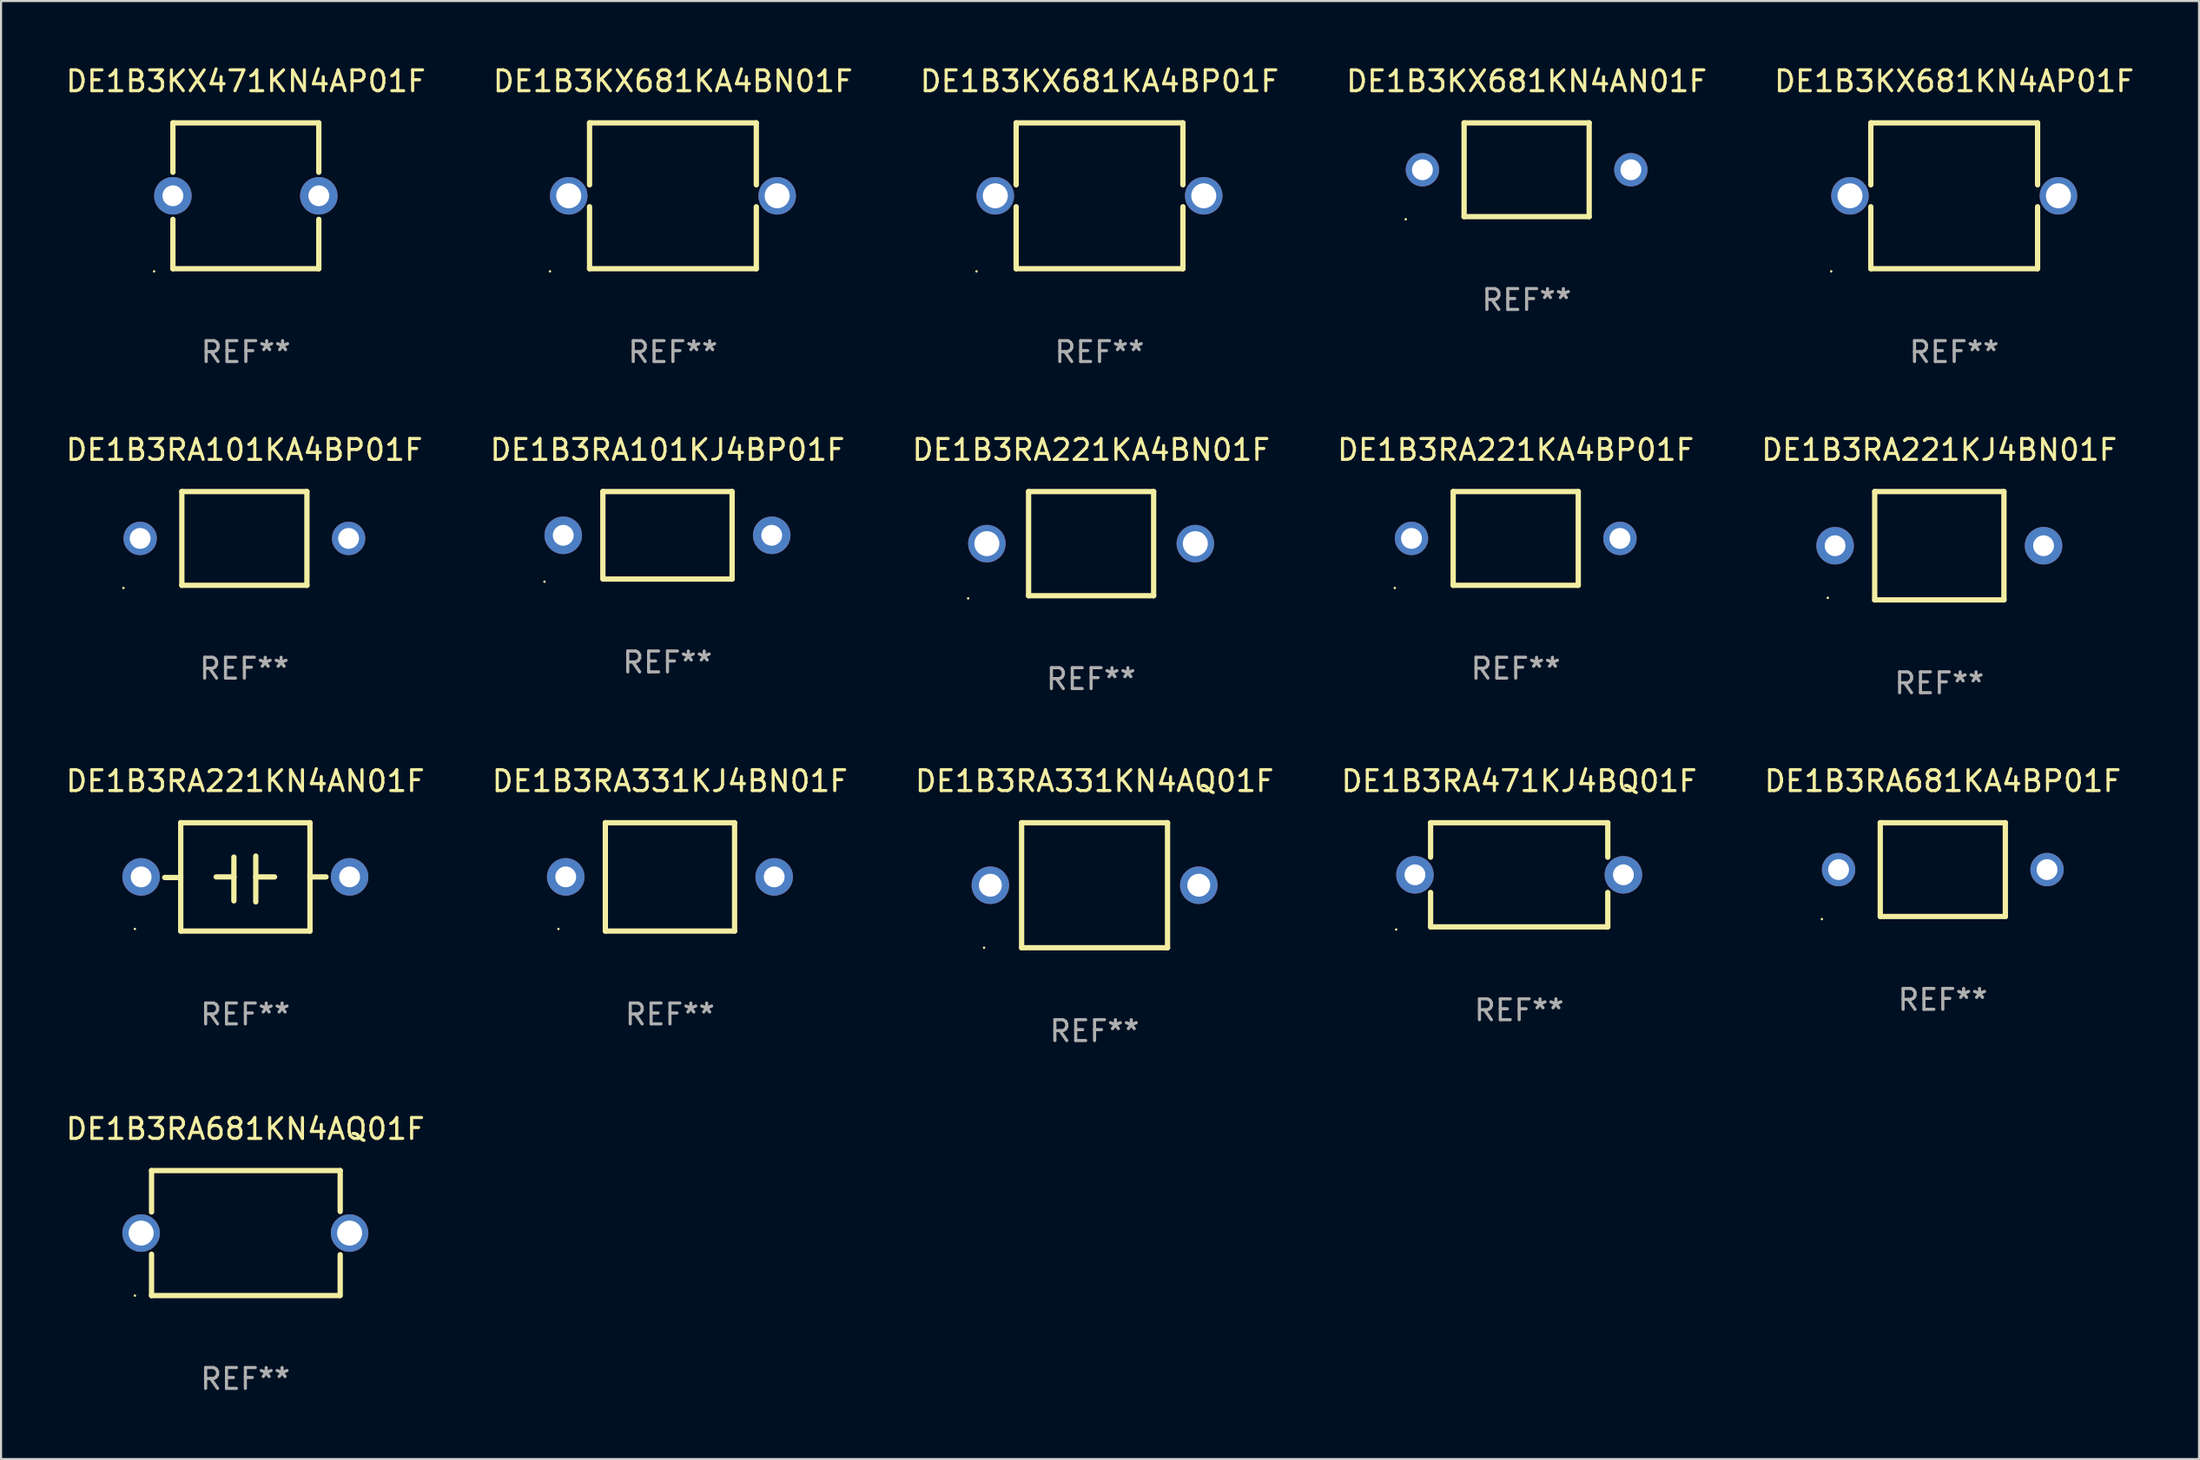
<source format=kicad_pcb>
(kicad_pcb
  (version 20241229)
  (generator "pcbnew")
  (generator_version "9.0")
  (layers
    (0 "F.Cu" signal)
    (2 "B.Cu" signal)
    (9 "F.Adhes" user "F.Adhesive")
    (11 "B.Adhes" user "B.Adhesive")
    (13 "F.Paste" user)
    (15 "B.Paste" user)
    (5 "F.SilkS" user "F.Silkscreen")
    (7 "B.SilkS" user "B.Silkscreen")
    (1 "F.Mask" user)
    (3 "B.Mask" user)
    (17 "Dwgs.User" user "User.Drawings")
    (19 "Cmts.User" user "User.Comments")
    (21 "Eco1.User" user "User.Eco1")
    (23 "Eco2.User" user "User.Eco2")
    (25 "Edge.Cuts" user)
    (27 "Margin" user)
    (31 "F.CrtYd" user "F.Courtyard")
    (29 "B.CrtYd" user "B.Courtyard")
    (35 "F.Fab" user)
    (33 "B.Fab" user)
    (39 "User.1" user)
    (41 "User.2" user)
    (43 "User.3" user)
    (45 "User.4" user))
  (footprint "DE1B3KX681KN4AP01F"
    (layer "F.Cu")
    (at 90.696 6.348)
    (property "Reference" "DE1B3KX681KN4AP01F" (at 0 -5.5 0) (layer "F.SilkS") (effects (font (size 1 1) (thickness 0.15))))
    (attr through_hole)
    (fp_line (start -4 -3.5) (end -4 -0.526) (stroke (width 0.254) (type solid)) (layer "F.SilkS"))
    (fp_line (start -4 -3.5) (end 4 -3.5) (stroke (width 0.254) (type solid)) (layer "F.SilkS"))
    (fp_line (start -4 0.526) (end -4 3.5) (stroke (width 0.254) (type solid)) (layer "F.SilkS"))
    (fp_line (start 4 -3.5) (end 4 -0.526) (stroke (width 0.254) (type solid)) (layer "F.SilkS"))
    (fp_line (start 4 0.526) (end 4 3.5) (stroke (width 0.254) (type solid)) (layer "F.SilkS"))
    (fp_line (start 4 3.5) (end -4 3.5) (stroke (width 0.254) (type solid)) (layer "F.SilkS"))
    (fp_circle (center -5.9 3.627) (end -5.87 3.627) (stroke (width 0.06) (type solid)) (fill no) (layer "F.SilkS"))
    (fp_text user "REF**" (at 0 7.5 0) (layer "F.Fab") (effects (font (size 1 1) (thickness 0.15))))
    (pad "1" thru_hole circle (at -5 0) (size 1.8 1.8) (drill 1.2) (layers "*.Cu" "*.Mask"))
    (pad "2" thru_hole circle (at 5 0) (size 1.8 1.8) (drill 1.2) (layers "*.Cu" "*.Mask")))
  (footprint "DE1B3RA331KJ4BN01F"
    (layer "F.Cu")
    (at 29.089 39.041)
    (property "Reference" "DE1B3RA331KJ4BN01F" (at 0 -4.6 0) (layer "F.SilkS") (effects (font (size 1 1) (thickness 0.15))))
    (attr through_hole)
    (fp_line (start -3.1 -2.6) (end -3.1 2.6) (stroke (width 0.254) (type solid)) (layer "F.SilkS"))
    (fp_line (start -3.1 -2.6) (end 3.1 -2.6) (stroke (width 0.254) (type solid)) (layer "F.SilkS"))
    (fp_line (start -3.1 2.6) (end 3.1 2.6) (stroke (width 0.254) (type solid)) (layer "F.SilkS"))
    (fp_line (start 3.1 -2.6) (end 3.1 2.6) (stroke (width 0.254) (type solid)) (layer "F.SilkS"))
    (fp_circle (center -5.35 2.5) (end -5.32 2.5) (stroke (width 0.06) (type solid)) (fill no) (layer "F.SilkS"))
    (fp_text user "REF**" (at 0 6.6 0) (layer "F.Fab") (effects (font (size 1 1) (thickness 0.15))))
    (pad "1" thru_hole circle (at -5 0) (size 1.8 1.8) (drill 1) (layers "*.Cu" "*.Mask"))
    (pad "2" thru_hole circle (at 5 0) (size 1.8 1.8) (drill 1) (layers "*.Cu" "*.Mask")))
  (footprint "DE1B3RA221KJ4BN01F"
    (layer "F.Cu")
    (at 89.982 23.145)
    (property "Reference" "DE1B3RA221KJ4BN01F" (at 0 -4.6 0) (layer "F.SilkS") (effects (font (size 1 1) (thickness 0.15))))
    (attr through_hole)
    (fp_line (start -3.1 -2.6) (end -3.1 2.6) (stroke (width 0.254) (type solid)) (layer "F.SilkS"))
    (fp_line (start -3.1 -2.6) (end 3.1 -2.6) (stroke (width 0.254) (type solid)) (layer "F.SilkS"))
    (fp_line (start -3.1 2.6) (end 3.1 2.6) (stroke (width 0.254) (type solid)) (layer "F.SilkS"))
    (fp_line (start 3.1 -2.6) (end 3.1 2.6) (stroke (width 0.254) (type solid)) (layer "F.SilkS"))
    (fp_circle (center -5.35 2.5) (end -5.32 2.5) (stroke (width 0.06) (type solid)) (fill no) (layer "F.SilkS"))
    (fp_text user "REF**" (at 0 6.6 0) (layer "F.Fab") (effects (font (size 1 1) (thickness 0.15))))
    (pad "1" thru_hole circle (at -5 0) (size 1.8 1.8) (drill 1) (layers "*.Cu" "*.Mask"))
    (pad "2" thru_hole circle (at 5 0) (size 1.8 1.8) (drill 1) (layers "*.Cu" "*.Mask")))
  (footprint "DE1B3KX681KN4AN01F"
    (layer "F.Cu")
    (at 70.185 5.098)
    (property "Reference" "DE1B3KX681KN4AN01F" (at 0 -4.25 0) (layer "F.SilkS") (effects (font (size 1 1) (thickness 0.15))))
    (attr through_hole)
    (fp_line (start -3 -2.25) (end 3 -2.25) (stroke (width 0.254) (type solid)) (layer "F.SilkS"))
    (fp_line (start -3 2.25) (end -3 -2.25) (stroke (width 0.254) (type solid)) (layer "F.SilkS"))
    (fp_line (start 3 -2.25) (end 3 2.25) (stroke (width 0.254) (type solid)) (layer "F.SilkS"))
    (fp_line (start 3 2.25) (end -3 2.25) (stroke (width 0.254) (type solid)) (layer "F.SilkS"))
    (fp_circle (center -5.8 2.377) (end -5.77 2.377) (stroke (width 0.06) (type solid)) (fill no) (layer "F.SilkS"))
    (fp_text user "REF**" (at 0 6.25 0) (layer "F.Fab") (effects (font (size 1 1) (thickness 0.15))))
    (pad "1" thru_hole circle (at -5 0) (size 1.6 1.6) (drill 1) (layers "*.Cu" "*.Mask"))
    (pad "2" thru_hole circle (at 5 0) (size 1.6 1.6) (drill 1) (layers "*.Cu" "*.Mask")))
  (footprint "DE1B3RA221KA4BP01F"
    (layer "F.Cu")
    (at 69.661 22.795)
    (property "Reference" "DE1B3RA221KA4BP01F" (at 0 -4.25 0) (layer "F.SilkS") (effects (font (size 1 1) (thickness 0.15))))
    (attr through_hole)
    (fp_line (start -3 -2.25) (end 3 -2.25) (stroke (width 0.254) (type solid)) (layer "F.SilkS"))
    (fp_line (start -3 2.25) (end -3 -2.25) (stroke (width 0.254) (type solid)) (layer "F.SilkS"))
    (fp_line (start 3 -2.25) (end 3 2.25) (stroke (width 0.254) (type solid)) (layer "F.SilkS"))
    (fp_line (start 3 2.25) (end -3 2.25) (stroke (width 0.254) (type solid)) (layer "F.SilkS"))
    (fp_circle (center -5.8 2.377) (end -5.77 2.377) (stroke (width 0.06) (type solid)) (fill no) (layer "F.SilkS"))
    (fp_text user "REF**" (at 0 6.25 0) (layer "F.Fab") (effects (font (size 1 1) (thickness 0.15))))
    (pad "1" thru_hole circle (at -5 0) (size 1.6 1.6) (drill 1) (layers "*.Cu" "*.Mask"))
    (pad "2" thru_hole circle (at 5 0) (size 1.6 1.6) (drill 1) (layers "*.Cu" "*.Mask")))
  (footprint "DE1B3KX471KN4AP01F"
    (layer "F.Cu")
    (at 8.744 6.348)
    (property "Reference" "DE1B3KX471KN4AP01F" (at 0 -5.5 0) (layer "F.SilkS") (effects (font (size 1 1) (thickness 0.15))))
    (attr through_hole)
    (fp_line (start -3.5 -3.5) (end -3.5 -1.131) (stroke (width 0.254) (type solid)) (layer "F.SilkS"))
    (fp_line (start -3.5 -3.5) (end 3.5 -3.5) (stroke (width 0.254) (type solid)) (layer "F.SilkS"))
    (fp_line (start -3.5 1.131) (end -3.5 3.5) (stroke (width 0.254) (type solid)) (layer "F.SilkS"))
    (fp_line (start 3.5 -1.131) (end 3.5 -3.5) (stroke (width 0.254) (type solid)) (layer "F.SilkS"))
    (fp_line (start 3.5 3.5) (end -3.5 3.5) (stroke (width 0.254) (type solid)) (layer "F.SilkS"))
    (fp_line (start 3.5 3.5) (end 3.5 1.131) (stroke (width 0.254) (type solid)) (layer "F.SilkS"))
    (fp_circle (center -4.4 3.627) (end -4.37 3.627) (stroke (width 0.06) (type solid)) (fill no) (layer "F.SilkS"))
    (fp_text user "REF**" (at 0 7.5 0) (layer "F.Fab") (effects (font (size 1 1) (thickness 0.15))))
    (pad "1" thru_hole circle (at -3.5 0) (size 1.8 1.8) (drill 1) (layers "*.Cu" "*.Mask"))
    (pad "2" thru_hole circle (at 3.5 0) (size 1.8 1.8) (drill 1) (layers "*.Cu" "*.Mask")))
  (footprint "DE1B3KX681KA4BN01F"
    (layer "F.Cu")
    (at 29.232 6.348)
    (property "Reference" "DE1B3KX681KA4BN01F" (at 0 -5.5 0) (layer "F.SilkS") (effects (font (size 1 1) (thickness 0.15))))
    (attr through_hole)
    (fp_line (start -4 -3.5) (end -4 -0.526) (stroke (width 0.254) (type solid)) (layer "F.SilkS"))
    (fp_line (start -4 -3.5) (end 4 -3.5) (stroke (width 0.254) (type solid)) (layer "F.SilkS"))
    (fp_line (start -4 0.526) (end -4 3.5) (stroke (width 0.254) (type solid)) (layer "F.SilkS"))
    (fp_line (start 4 -3.5) (end 4 -0.526) (stroke (width 0.254) (type solid)) (layer "F.SilkS"))
    (fp_line (start 4 0.526) (end 4 3.5) (stroke (width 0.254) (type solid)) (layer "F.SilkS"))
    (fp_line (start 4 3.5) (end -4 3.5) (stroke (width 0.254) (type solid)) (layer "F.SilkS"))
    (fp_circle (center -5.9 3.627) (end -5.87 3.627) (stroke (width 0.06) (type solid)) (fill no) (layer "F.SilkS"))
    (fp_text user "REF**" (at 0 7.5 0) (layer "F.Fab") (effects (font (size 1 1) (thickness 0.15))))
    (pad "1" thru_hole circle (at -5 0) (size 1.8 1.8) (drill 1.2) (layers "*.Cu" "*.Mask"))
    (pad "2" thru_hole circle (at 5 0) (size 1.8 1.8) (drill 1.2) (layers "*.Cu" "*.Mask")))
  (footprint "DE1B3RA681KA4BP01F"
    (layer "F.Cu")
    (at 90.149 38.691)
    (property "Reference" "DE1B3RA681KA4BP01F" (at 0 -4.25 0) (layer "F.SilkS") (effects (font (size 1 1) (thickness 0.15))))
    (attr through_hole)
    (fp_line (start -3 -2.25) (end 3 -2.25) (stroke (width 0.254) (type solid)) (layer "F.SilkS"))
    (fp_line (start -3 2.25) (end -3 -2.25) (stroke (width 0.254) (type solid)) (layer "F.SilkS"))
    (fp_line (start 3 -2.25) (end 3 2.25) (stroke (width 0.254) (type solid)) (layer "F.SilkS"))
    (fp_line (start 3 2.25) (end -3 2.25) (stroke (width 0.254) (type solid)) (layer "F.SilkS"))
    (fp_circle (center -5.8 2.377) (end -5.77 2.377) (stroke (width 0.06) (type solid)) (fill no) (layer "F.SilkS"))
    (fp_text user "REF**" (at 0 6.25 0) (layer "F.Fab") (effects (font (size 1 1) (thickness 0.15))))
    (pad "1" thru_hole circle (at -5 0) (size 1.6 1.6) (drill 1) (layers "*.Cu" "*.Mask"))
    (pad "2" thru_hole circle (at 5 0) (size 1.6 1.6) (drill 1) (layers "*.Cu" "*.Mask")))
  (footprint "DE1B3RA681KN4AQ01F"
    (layer "F.Cu")
    (at 8.72 56.138)
    (property "Reference" "DE1B3RA681KN4AQ01F" (at 0 -5 0) (layer "F.SilkS") (effects (font (size 1 1) (thickness 0.15))))
    (attr through_hole)
    (fp_line (start -4.5 -3) (end -4.5 -1.014) (stroke (width 0.254) (type solid)) (layer "F.SilkS"))
    (fp_line (start -4.5 -3) (end 4.55 -3) (stroke (width 0.254) (type solid)) (layer "F.SilkS"))
    (fp_line (start -4.5 1.014) (end -4.5 3) (stroke (width 0.254) (type solid)) (layer "F.SilkS"))
    (fp_line (start -4.5 3) (end 4.5 3) (stroke (width 0.254) (type solid)) (layer "F.SilkS"))
    (fp_line (start 4.55 -3) (end 4.55 -1.038) (stroke (width 0.254) (type solid)) (layer "F.SilkS"))
    (fp_line (start 4.55 1.038) (end 4.55 3) (stroke (width 0.254) (type solid)) (layer "F.SilkS"))
    (fp_circle (center -5.3 3) (end -5.27 3) (stroke (width 0.06) (type solid)) (fill no) (layer "F.SilkS"))
    (fp_text user "REF**" (at 0 7 0) (layer "F.Fab") (effects (font (size 1 1) (thickness 0.15))))
    (pad "1" thru_hole circle (at -5 0) (size 1.8 1.8) (drill 1.2) (layers "*.Cu" "*.Mask"))
    (pad "2" thru_hole circle (at 5 0) (size 1.8 1.8) (drill 1.2) (layers "*.Cu" "*.Mask")))
  (footprint "DE1B3RA221KA4BN01F"
    (layer "F.Cu")
    (at 49.292 23.045)
    (property "Reference" "DE1B3RA221KA4BN01F" (at 0 -4.5 0) (layer "F.SilkS") (effects (font (size 1 1) (thickness 0.15))))
    (attr through_hole)
    (fp_line (start -3 -2.5) (end 3 -2.5) (stroke (width 0.254) (type solid)) (layer "F.SilkS"))
    (fp_line (start -3 2.5) (end -3 -2.5) (stroke (width 0.254) (type solid)) (layer "F.SilkS"))
    (fp_line (start 3 -2.5) (end 3 2.5) (stroke (width 0.254) (type solid)) (layer "F.SilkS"))
    (fp_line (start 3 2.5) (end -3 2.5) (stroke (width 0.254) (type solid)) (layer "F.SilkS"))
    (fp_circle (center -5.9 2.627) (end -5.87 2.627) (stroke (width 0.06) (type solid)) (fill no) (layer "F.SilkS"))
    (fp_text user "REF**" (at 0 6.5 0) (layer "F.Fab") (effects (font (size 1 1) (thickness 0.15))))
    (pad "1" thru_hole circle (at -5 0) (size 1.8 1.8) (drill 1.2) (layers "*.Cu" "*.Mask"))
    (pad "2" thru_hole circle (at 5 0) (size 1.8 1.8) (drill 1.2) (layers "*.Cu" "*.Mask")))
  (footprint "DE1B3RA331KN4AQ01F"
    (layer "F.Cu")
    (at 49.458 39.441)
    (property "Reference" "DE1B3RA331KN4AQ01F" (at 0 -5 0) (layer "F.SilkS") (effects (font (size 1 1) (thickness 0.15))))
    (attr through_hole)
    (fp_line (start -3.5 -3) (end 3.5 -3) (stroke (width 0.254) (type solid)) (layer "F.SilkS"))
    (fp_line (start -3.5 3) (end -3.5 -3) (stroke (width 0.254) (type solid)) (layer "F.SilkS"))
    (fp_line (start 3.5 -3) (end 3.5 3) (stroke (width 0.254) (type solid)) (layer "F.SilkS"))
    (fp_line (start 3.5 3) (end -3.5 3) (stroke (width 0.254) (type solid)) (layer "F.SilkS"))
    (fp_circle (center -5.3 3) (end -5.27 3) (stroke (width 0.06) (type solid)) (fill no) (layer "F.SilkS"))
    (fp_text user "REF**" (at 0 7 0) (layer "F.Fab") (effects (font (size 1 1) (thickness 0.15))))
    (pad "1" thru_hole circle (at -5 0) (size 1.8 1.8) (drill 1.1) (layers "*.Cu" "*.Mask"))
    (pad "2" thru_hole circle (at 5 0) (size 1.8 1.8) (drill 1.1) (layers "*.Cu" "*.Mask")))
  (footprint "DE1B3RA221KN4AN01F"
    (layer "F.Cu")
    (at 8.72 39.041)
    (property "Reference" "DE1B3RA221KN4AN01F" (at 0 -4.6 0) (layer "F.SilkS") (effects (font (size 1 1) (thickness 0.15))))
    (attr through_hole)
    (fp_line (start -3.1 -2.6) (end -3.1 2.6) (stroke (width 0.254) (type solid)) (layer "F.SilkS"))
    (fp_line (start -3.1 -2.6) (end 3.1 -2.6) (stroke (width 0.254) (type solid)) (layer "F.SilkS"))
    (fp_line (start -3.1 0.029) (end -3.869 0.029) (stroke (width 0.254) (type solid)) (layer "F.SilkS"))
    (fp_line (start -3.1 2.6) (end 3.1 2.6) (stroke (width 0.254) (type solid)) (layer "F.SilkS"))
    (fp_line (start -1.4 0) (end -0.55 0) (stroke (width 0.254) (type solid)) (layer "F.SilkS"))
    (fp_line (start -0.55 0) (end -0.55 -0.95) (stroke (width 0.254) (type solid)) (layer "F.SilkS"))
    (fp_line (start -0.55 0) (end -0.55 1.15) (stroke (width 0.254) (type solid)) (layer "F.SilkS"))
    (fp_line (start 0.5 -1) (end 0.5 1.2) (stroke (width 0.254) (type solid)) (layer "F.SilkS"))
    (fp_line (start 0.5 0.001) (end 1.4 0.001) (stroke (width 0.254) (type solid)) (layer "F.SilkS"))
    (fp_line (start 3.1 -2.6) (end 3.1 2.6) (stroke (width 0.254) (type solid)) (layer "F.SilkS"))
    (fp_line (start 3.1 0.001) (end 3.869 0.001) (stroke (width 0.254) (type solid)) (layer "F.SilkS"))
    (fp_circle (center -5.3 2.5) (end -5.27 2.5) (stroke (width 0.06) (type solid)) (fill no) (layer "F.SilkS"))
    (fp_text user "REF**" (at 0 6.6 0) (layer "F.Fab") (effects (font (size 1 1) (thickness 0.15))))
    (pad "1" thru_hole circle (at -5 0) (size 1.8 1.8) (drill 1) (layers "*.Cu" "*.Mask"))
    (pad "2" thru_hole circle (at 5 0) (size 1.8 1.8) (drill 1) (layers "*.Cu" "*.Mask")))
  (footprint "DE1B3RA471KJ4BQ01F"
    (layer "F.Cu")
    (at 69.827 38.941)
    (property "Reference" "DE1B3RA471KJ4BQ01F" (at 0 -4.499 0) (layer "F.SilkS") (effects (font (size 1 1) (thickness 0.15))))
    (attr through_hole)
    (fp_line (start -4.25 -2.499) (end -4.25 -0.846) (stroke (width 0.254) (type solid)) (layer "F.SilkS"))
    (fp_line (start -4.25 -2.499) (end 4.25 -2.499) (stroke (width 0.254) (type solid)) (layer "F.SilkS"))
    (fp_line (start -4.25 0.846) (end -4.25 2.499) (stroke (width 0.254) (type solid)) (layer "F.SilkS"))
    (fp_line (start 4.25 -0.846) (end 4.25 -2.499) (stroke (width 0.254) (type solid)) (layer "F.SilkS"))
    (fp_line (start 4.25 2.499) (end -4.25 2.499) (stroke (width 0.254) (type solid)) (layer "F.SilkS"))
    (fp_line (start 4.25 2.499) (end 4.25 0.846) (stroke (width 0.254) (type solid)) (layer "F.SilkS"))
    (fp_circle (center -5.9 2.626) (end -5.87 2.626) (stroke (width 0.06) (type solid)) (fill no) (layer "F.SilkS"))
    (fp_text user "REF**" (at 0 6.499 0) (layer "F.Fab") (effects (font (size 1 1) (thickness 0.15))))
    (pad "1" thru_hole circle (at -5 0) (size 1.8 1.8) (drill 1) (layers "*.Cu" "*.Mask"))
    (pad "2" thru_hole circle (at 5 0) (size 1.8 1.8) (drill 1) (layers "*.Cu" "*.Mask")))
  (footprint "DE1B3KX681KA4BP01F"
    (layer "F.Cu")
    (at 49.696 6.348)
    (property "Reference" "DE1B3KX681KA4BP01F" (at 0 -5.5 0) (layer "F.SilkS") (effects (font (size 1 1) (thickness 0.15))))
    (attr through_hole)
    (fp_line (start -4 -3.5) (end -4 -0.526) (stroke (width 0.254) (type solid)) (layer "F.SilkS"))
    (fp_line (start -4 -3.5) (end 4 -3.5) (stroke (width 0.254) (type solid)) (layer "F.SilkS"))
    (fp_line (start -4 0.526) (end -4 3.5) (stroke (width 0.254) (type solid)) (layer "F.SilkS"))
    (fp_line (start 4 -3.5) (end 4 -0.526) (stroke (width 0.254) (type solid)) (layer "F.SilkS"))
    (fp_line (start 4 0.526) (end 4 3.5) (stroke (width 0.254) (type solid)) (layer "F.SilkS"))
    (fp_line (start 4 3.5) (end -4 3.5) (stroke (width 0.254) (type solid)) (layer "F.SilkS"))
    (fp_circle (center -5.9 3.627) (end -5.87 3.627) (stroke (width 0.06) (type solid)) (fill no) (layer "F.SilkS"))
    (fp_text user "REF**" (at 0 7.5 0) (layer "F.Fab") (effects (font (size 1 1) (thickness 0.15))))
    (pad "1" thru_hole circle (at -5 0) (size 1.8 1.8) (drill 1.2) (layers "*.Cu" "*.Mask"))
    (pad "2" thru_hole circle (at 5 0) (size 1.8 1.8) (drill 1.2) (layers "*.Cu" "*.Mask")))
  (footprint "DE1B3RA101KA4BP01F"
    (layer "F.Cu")
    (at 8.673 22.795)
    (property "Reference" "DE1B3RA101KA4BP01F" (at 0 -4.25 0) (layer "F.SilkS") (effects (font (size 1 1) (thickness 0.15))))
    (attr through_hole)
    (fp_line (start -3 -2.25) (end 3 -2.25) (stroke (width 0.254) (type solid)) (layer "F.SilkS"))
    (fp_line (start -3 2.25) (end -3 -2.25) (stroke (width 0.254) (type solid)) (layer "F.SilkS"))
    (fp_line (start 3 -2.25) (end 3 2.25) (stroke (width 0.254) (type solid)) (layer "F.SilkS"))
    (fp_line (start 3 2.25) (end -3 2.25) (stroke (width 0.254) (type solid)) (layer "F.SilkS"))
    (fp_circle (center -5.8 2.377) (end -5.77 2.377) (stroke (width 0.06) (type solid)) (fill no) (layer "F.SilkS"))
    (fp_text user "REF**" (at 0 6.25 0) (layer "F.Fab") (effects (font (size 1 1) (thickness 0.15))))
    (pad "1" thru_hole circle (at -5 0) (size 1.6 1.6) (drill 1) (layers "*.Cu" "*.Mask"))
    (pad "2" thru_hole circle (at 5 0) (size 1.6 1.6) (drill 1) (layers "*.Cu" "*.Mask")))
  (footprint "DE1B3RA101KJ4BP01F"
    (layer "F.Cu")
    (at 28.97 22.645)
    (property "Reference" "DE1B3RA101KJ4BP01F" (at 0 -4.1 0) (layer "F.SilkS") (effects (font (size 1 1) (thickness 0.15))))
    (attr through_hole)
    (fp_line (start -3.1 -2.1) (end -3.1 2) (stroke (width 0.254) (type solid)) (layer "F.SilkS"))
    (fp_line (start -3.1 -2.1) (end 3.1 -2.1) (stroke (width 0.254) (type solid)) (layer "F.SilkS"))
    (fp_line (start -3.1 2.1) (end 3.1 2.1) (stroke (width 0.254) (type solid)) (layer "F.SilkS"))
    (fp_line (start 3.1 -2.1) (end 3.1 2.1) (stroke (width 0.254) (type solid)) (layer "F.SilkS"))
    (fp_circle (center -5.9 2.227) (end -5.87 2.227) (stroke (width 0.06) (type solid)) (fill no) (layer "F.SilkS"))
    (fp_text user "REF**" (at 0 6.1 0) (layer "F.Fab") (effects (font (size 1 1) (thickness 0.15))))
    (pad "1" thru_hole circle (at -5 0) (size 1.8 1.8) (drill 1) (layers "*.Cu" "*.Mask"))
    (pad "2" thru_hole circle (at 5 0) (size 1.8 1.8) (drill 1) (layers "*.Cu" "*.Mask")))
  (gr_rect
    (start -3 -3)
    (end 102.44 66.986)
    (stroke (width 0.1) (type default))
    (fill no)
    (layer "Edge.Cuts")))
</source>
